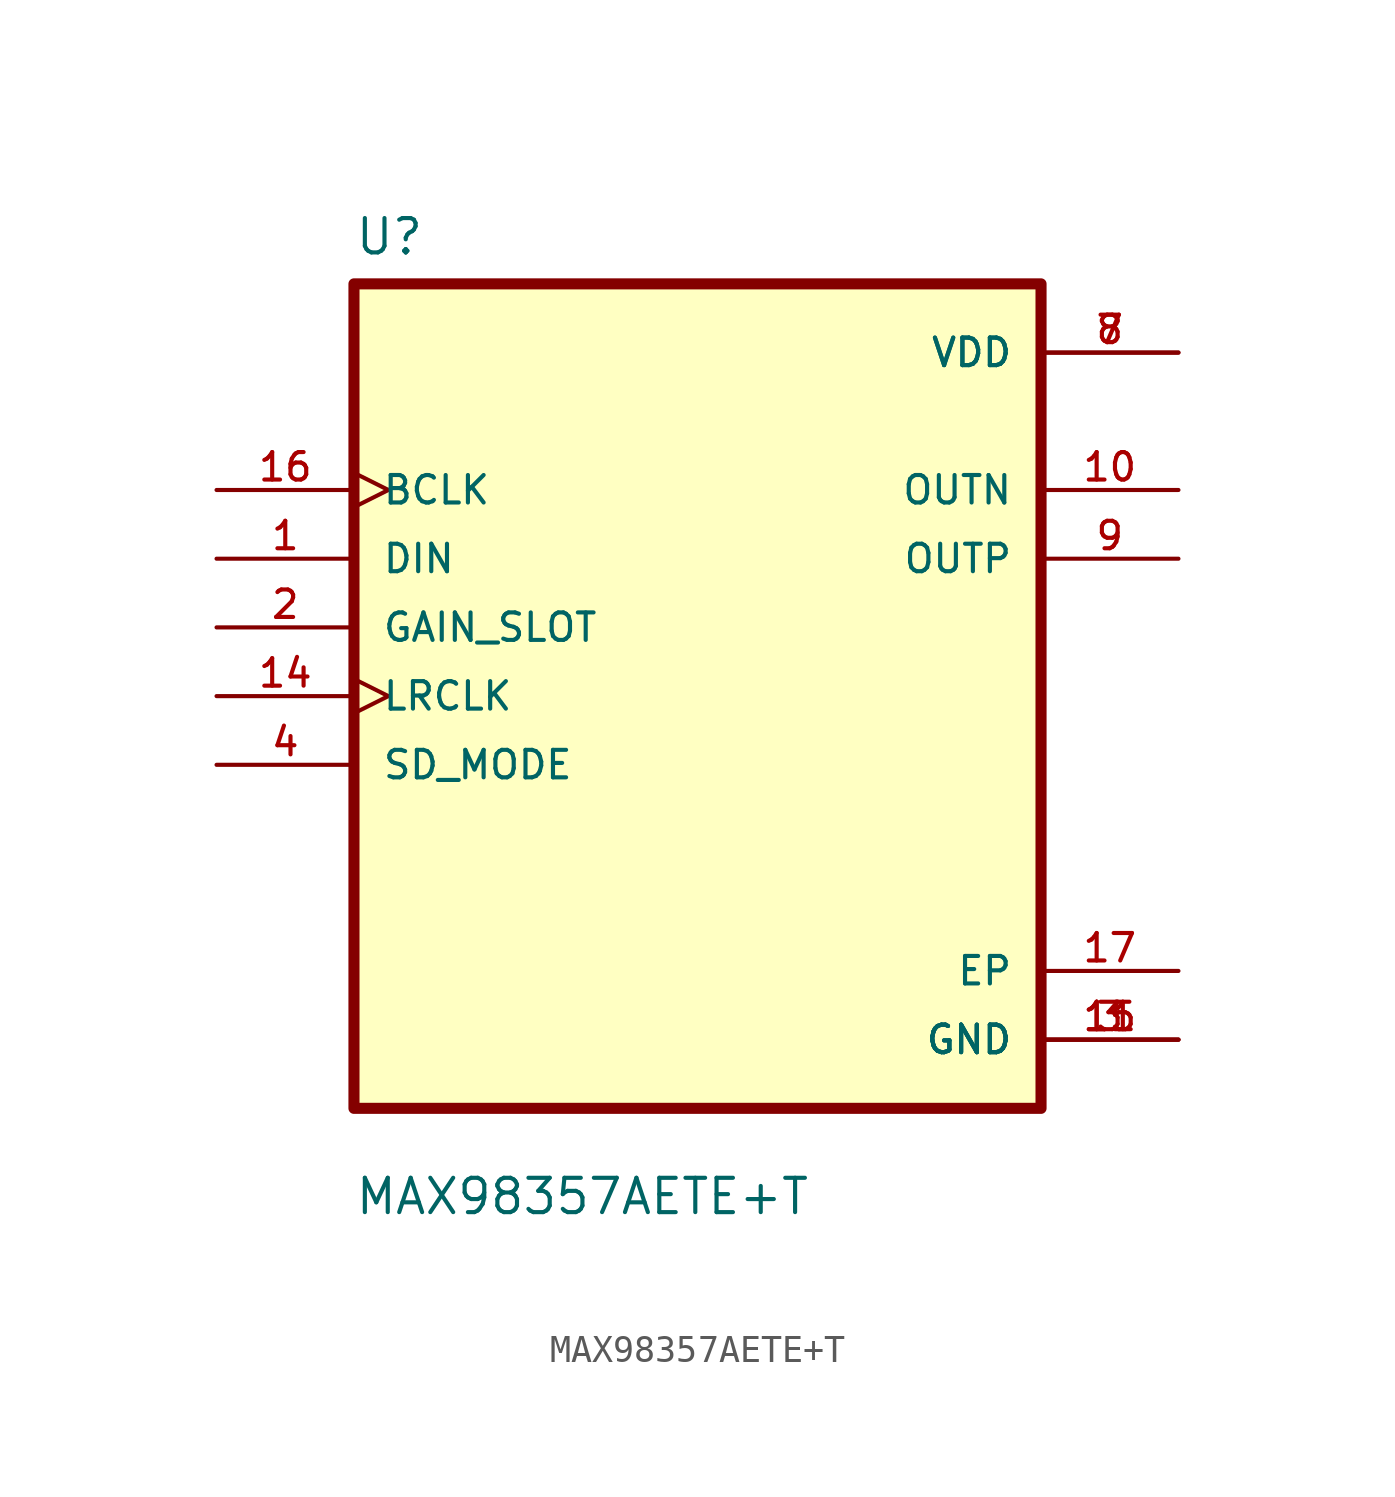
<source format=kicad_sym>
(kicad_symbol_lib
  (version 20211014)
  (generator kicad_symbol_editor)
  (symbol "MAX98357AETE+T"
    (pin_names
      (offset 1.016))
    (property "Reference" "U"
      (at -12.7 16.24 0.0)
      (effects (font (size 1.27 1.27)) (justify bottom left)))
    (property "Value" "MAX98357AETE+T"
      (at -12.7 -19.24 0.0)
      (effects (font (size 1.27 1.27)) (justify bottom left)))
    (symbol "MAX98357AETE+T_0_0"
      (rectangle (start -12.7 -15.24) (end 12.7 15.24) (stroke (width 0.41)) (fill (type background)))
      (pin input clock (at -17.78 7.62 0) (length 5.08) (name "BCLK" (effects (font (size 1.016 1.016)))) (number "16" (effects (font (size 1.016 1.016)))))
      (pin input line (at -17.78 5.08 0) (length 5.08) (name "DIN" (effects (font (size 1.016 1.016)))) (number "1" (effects (font (size 1.016 1.016)))))
      (pin input line (at -17.78 2.54 0) (length 5.08) (name "GAIN_SLOT" (effects (font (size 1.016 1.016)))) (number "2" (effects (font (size 1.016 1.016)))))
      (pin input clock (at -17.78 0.0 0) (length 5.08) (name "LRCLK" (effects (font (size 1.016 1.016)))) (number "14" (effects (font (size 1.016 1.016)))))
      (pin input line (at -17.78 -2.54 0) (length 5.08) (name "SD_MODE" (effects (font (size 1.016 1.016)))) (number "4" (effects (font (size 1.016 1.016)))))
      (pin power_in line (at 17.78 12.7 180.0) (length 5.08) (name "VDD" (effects (font (size 1.016 1.016)))) (number "7" (effects (font (size 1.016 1.016)))))
      (pin power_in line (at 17.78 12.7 180.0) (length 5.08) (name "VDD" (effects (font (size 1.016 1.016)))) (number "8" (effects (font (size 1.016 1.016)))))
      (pin output line (at 17.78 7.62 180.0) (length 5.08) (name "OUTN" (effects (font (size 1.016 1.016)))) (number "10" (effects (font (size 1.016 1.016)))))
      (pin output line (at 17.78 5.08 180.0) (length 5.08) (name "OUTP" (effects (font (size 1.016 1.016)))) (number "9" (effects (font (size 1.016 1.016)))))
      (pin power_in line (at 17.78 -10.16 180.0) (length 5.08) (name "EP" (effects (font (size 1.016 1.016)))) (number "17" (effects (font (size 1.016 1.016)))))
      (pin power_in line (at 17.78 -12.7 180.0) (length 5.08) (name "GND" (effects (font (size 1.016 1.016)))) (number "3" (effects (font (size 1.016 1.016)))))
      (pin power_in line (at 17.78 -12.7 180.0) (length 5.08) (name "GND" (effects (font (size 1.016 1.016)))) (number "11" (effects (font (size 1.016 1.016)))))
      (pin power_in line (at 17.78 -12.7 180.0) (length 5.08) (name "GND" (effects (font (size 1.016 1.016)))) (number "15" (effects (font (size 1.016 1.016))))))))
</source>
